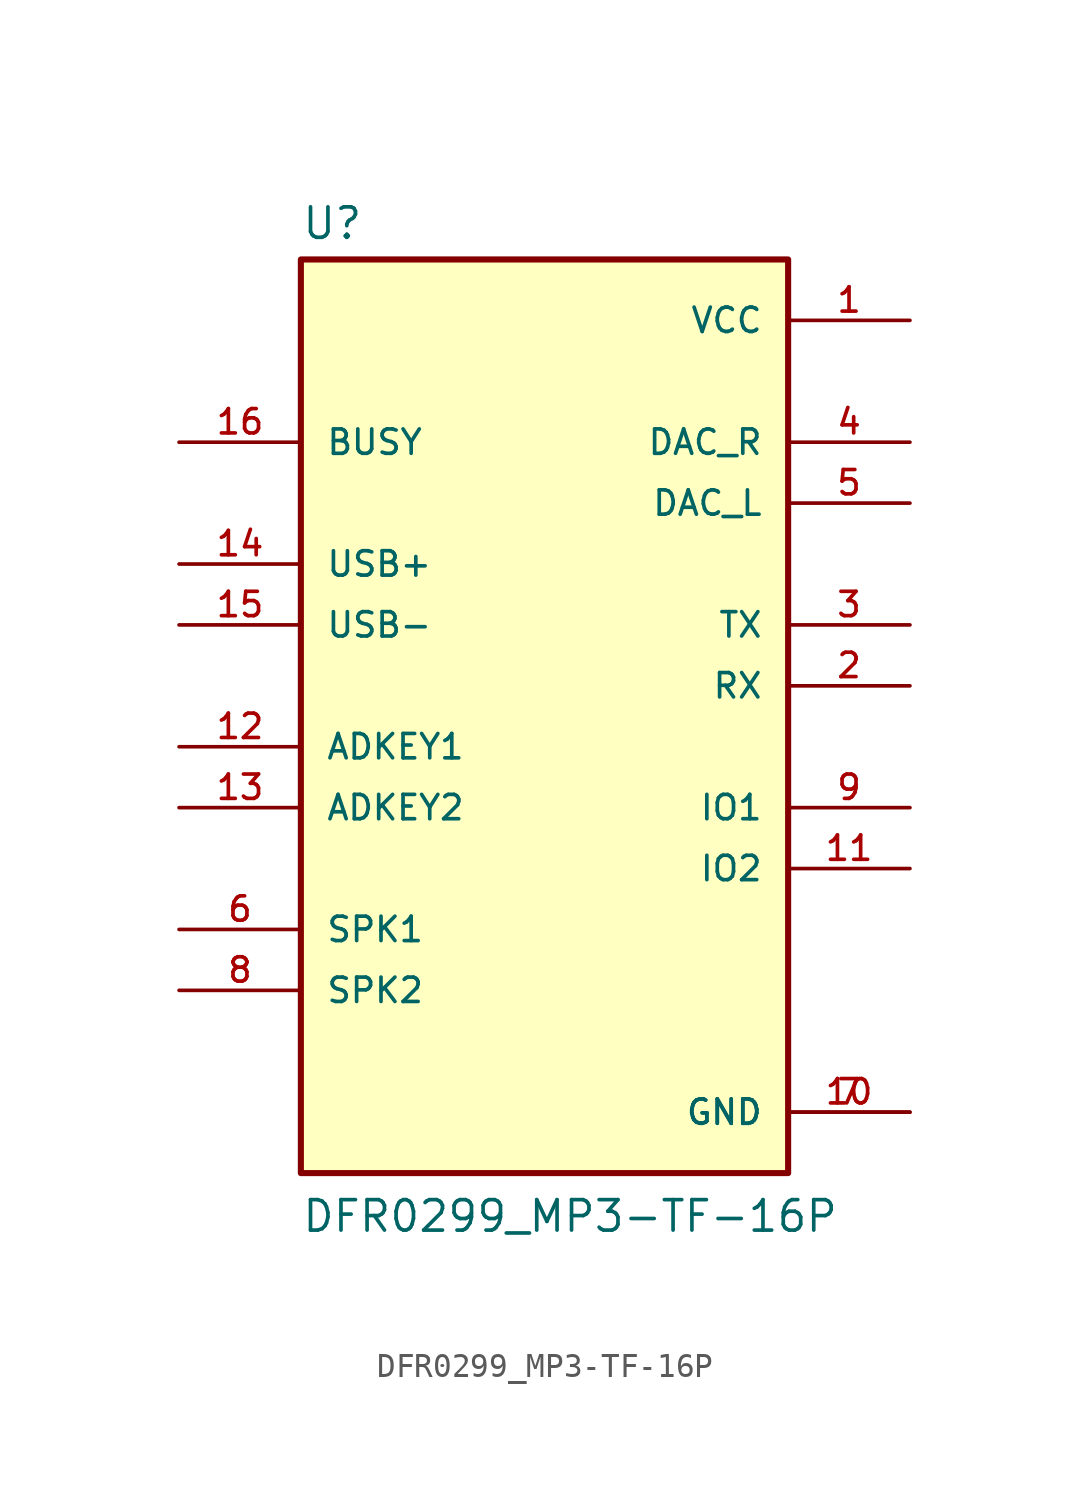
<source format=kicad_sym>
(kicad_symbol_lib
  (version 20231120)
  (generator "kicad_symbol_editor")
  (generator_version "8.0")
  (symbol "DFR0299_MP3-TF-16P"
    (pin_names
      (offset 1.016))
    (property "Reference" "U"
      (at -10.16 18.542 0)
      (effects (font (size 1.27 1.27)) (justify left bottom)))
    (property "Value" "DFR0299_MP3-TF-16P"
      (at -10.16 -22.86 0)
      (effects (font (size 1.27 1.27)) (justify left bottom)))
    (symbol "DFR0299_MP3-TF-16P_0_0"
      (rectangle (start -10.16 -20.32) (end 10.16 17.78) (stroke (width 0.254) (type default)) (fill (type background)))
      (pin power_in line (at 15.24 15.24 180) (length 5.08) (name "VCC" (effects (font (size 1.016 1.016)))) (number "1" (effects (font (size 1.016 1.016)))))
      (pin power_in line (at 15.24 -17.78 180) (length 5.08) (name "GND" (effects (font (size 1.016 1.016)))) (number "10" (effects (font (size 1.016 1.016)))))
      (pin bidirectional line (at 15.24 -7.62 180) (length 5.08) (name "IO2" (effects (font (size 1.016 1.016)))) (number "11" (effects (font (size 1.016 1.016)))))
      (pin input line (at -15.24 -2.54 0) (length 5.08) (name "ADKEY1" (effects (font (size 1.016 1.016)))) (number "12" (effects (font (size 1.016 1.016)))))
      (pin input line (at -15.24 -5.08 0) (length 5.08) (name "ADKEY2" (effects (font (size 1.016 1.016)))) (number "13" (effects (font (size 1.016 1.016)))))
      (pin input line (at -15.24 5.08 0) (length 5.08) (name "USB+" (effects (font (size 1.016 1.016)))) (number "14" (effects (font (size 1.016 1.016)))))
      (pin input line (at -15.24 2.54 0) (length 5.08) (name "USB-" (effects (font (size 1.016 1.016)))) (number "15" (effects (font (size 1.016 1.016)))))
      (pin input line (at -15.24 10.16 0) (length 5.08) (name "BUSY" (effects (font (size 1.016 1.016)))) (number "16" (effects (font (size 1.016 1.016)))))
      (pin input line (at 15.24 0 180) (length 5.08) (name "RX" (effects (font (size 1.016 1.016)))) (number "2" (effects (font (size 1.016 1.016)))))
      (pin output line (at 15.24 2.54 180) (length 5.08) (name "TX" (effects (font (size 1.016 1.016)))) (number "3" (effects (font (size 1.016 1.016)))))
      (pin output line (at 15.24 10.16 180) (length 5.08) (name "DAC_R" (effects (font (size 1.016 1.016)))) (number "4" (effects (font (size 1.016 1.016)))))
      (pin output line (at 15.24 7.62 180) (length 5.08) (name "DAC_L" (effects (font (size 1.016 1.016)))) (number "5" (effects (font (size 1.016 1.016)))))
      (pin passive line (at -15.24 -10.16 0) (length 5.08) (name "SPK1" (effects (font (size 1.016 1.016)))) (number "6" (effects (font (size 1.016 1.016)))))
      (pin power_in line (at 15.24 -17.78 180) (length 5.08) (name "GND" (effects (font (size 1.016 1.016)))) (number "7" (effects (font (size 1.016 1.016)))))
      (pin passive line (at -15.24 -12.7 0) (length 5.08) (name "SPK2" (effects (font (size 1.016 1.016)))) (number "8" (effects (font (size 1.016 1.016)))))
      (pin bidirectional line (at 15.24 -5.08 180) (length 5.08) (name "IO1" (effects (font (size 1.016 1.016)))) (number "9" (effects (font (size 1.016 1.016))))))))
</source>
